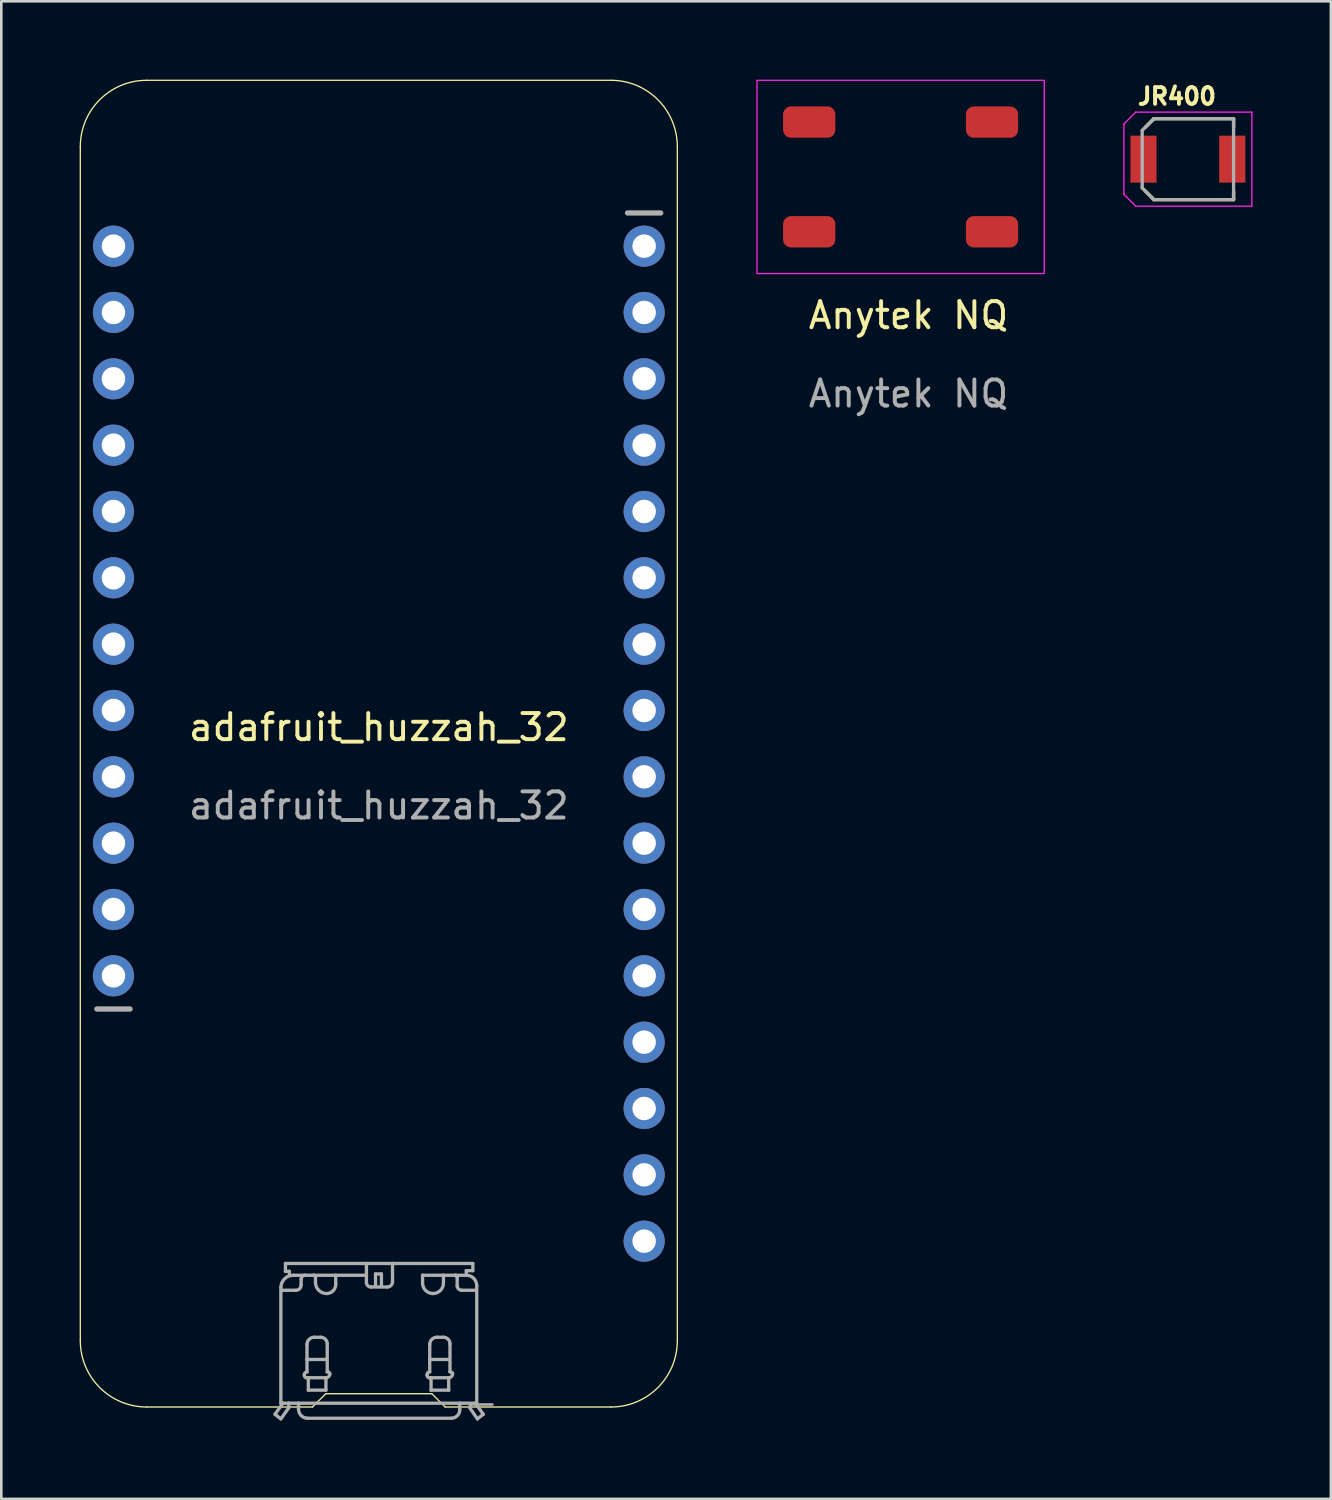
<source format=kicad_pcb>
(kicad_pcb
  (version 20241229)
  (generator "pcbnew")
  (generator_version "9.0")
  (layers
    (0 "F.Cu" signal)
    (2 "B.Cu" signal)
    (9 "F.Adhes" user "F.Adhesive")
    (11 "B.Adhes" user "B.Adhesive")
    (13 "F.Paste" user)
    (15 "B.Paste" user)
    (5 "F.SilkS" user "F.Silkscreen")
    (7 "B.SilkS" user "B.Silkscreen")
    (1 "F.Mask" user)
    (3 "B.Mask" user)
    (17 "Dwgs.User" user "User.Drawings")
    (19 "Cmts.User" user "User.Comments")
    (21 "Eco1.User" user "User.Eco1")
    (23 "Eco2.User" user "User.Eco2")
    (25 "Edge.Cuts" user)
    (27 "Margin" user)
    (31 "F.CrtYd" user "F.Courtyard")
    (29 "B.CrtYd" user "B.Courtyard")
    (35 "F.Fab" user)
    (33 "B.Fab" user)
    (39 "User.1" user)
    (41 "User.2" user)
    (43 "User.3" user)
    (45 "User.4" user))
  (footprint "Anytek NQ"
    (layer "F.Cu")
    (at 31.435 3.725)
    (property "Reference" "Anytek NQ" (at 0.3 5.3 0) (unlocked yes) (layer "F.SilkS") (effects (font (size 1 1) (thickness 0.15))))
    (attr smd)
    (fp_rect (start -5.5 -3.7) (end 5.5 3.7) (stroke (width 0.05) (type solid)) (fill no) (layer "F.CrtYd"))
    (fp_text user "${REFERENCE}" (at 0.3 8.3 0) (unlocked yes) (layer "F.Fab") (effects (font (size 1 1) (thickness 0.15))))
    (pad "1" smd roundrect (at -3.5 -2.1) (size 2 1.2) (layers "F.Cu" "F.Mask" "F.Paste") (roundrect_rratio 0.25))
    (pad "1" smd roundrect (at 3.5 -2.1) (size 2 1.2) (layers "F.Cu" "F.Mask" "F.Paste") (roundrect_rratio 0.25))
    (pad "2" smd roundrect (at -3.5 2.1) (size 2 1.2) (layers "F.Cu" "F.Mask" "F.Paste") (roundrect_rratio 0.25))
    (pad "2" smd roundrect (at 3.5 2.1) (size 2 1.2) (layers "F.Cu" "F.Mask" "F.Paste") (roundrect_rratio 0.25)))
  (footprint "adafruit_huzzah_32"
    (layer "F.Cu")
    (at 11.455 25.298)
    (property "Reference" "adafruit_huzzah_32" (at 0 -0.5 0) (unlocked yes) (layer "F.SilkS") (effects (font (size 1 1) (thickness 0.15))))
    (attr through_hole)
    (fp_line (start -11.43 -22.733) (end -11.43 22.987) (stroke (width 0.05) (type solid)) (layer "F.SilkS"))
    (fp_line (start -8.89 25.527) (end -2.54 25.527) (stroke (width 0.05) (type solid)) (layer "F.SilkS"))
    (fp_line (start -2.54 25.527) (end -2.032 25.019) (stroke (width 0.05) (type solid)) (layer "F.SilkS"))
    (fp_line (start -2.032 25.019) (end 2.032 25.019) (stroke (width 0.05) (type solid)) (layer "F.SilkS"))
    (fp_line (start 2.032 25.019) (end 2.54 25.527) (stroke (width 0.05) (type solid)) (layer "F.SilkS"))
    (fp_line (start 2.54 25.527) (end 8.89 25.527) (stroke (width 0.05) (type solid)) (layer "F.SilkS"))
    (fp_line (start 8.89 -25.273) (end -8.89 -25.273) (stroke (width 0.05) (type solid)) (layer "F.SilkS"))
    (fp_line (start 11.43 22.987) (end 11.43 -22.733) (stroke (width 0.05) (type solid)) (layer "F.SilkS"))
    (fp_arc (start -11.43 -22.733) (mid -10.686051 -24.529051) (end -8.89 -25.273) (stroke (width 0.05) (type solid)) (layer "F.SilkS"))
    (fp_arc (start -8.89 25.527) (mid -10.686051 24.783051) (end -11.43 22.987) (stroke (width 0.05) (type solid)) (layer "F.SilkS"))
    (fp_arc (start 8.89 -25.273) (mid 10.686051 -24.529051) (end 11.43 -22.733) (stroke (width 0.05) (type solid)) (layer "F.SilkS"))
    (fp_arc (start 11.43 22.987) (mid 10.686051 24.783051) (end 8.89 25.527) (stroke (width 0.05) (type solid)) (layer "F.SilkS"))
    (fp_line (start -10.795 10.287) (end -9.525 10.287) (stroke (width 0.203) (type solid)) (layer "F.Fab"))
    (fp_line (start -3.975 25.807) (end -3.75 25.982) (stroke (width 0.127) (type solid)) (layer "F.Fab"))
    (fp_line (start -3.975 25.807) (end -3.675 25.382) (stroke (width 0.127) (type solid)) (layer "F.Fab"))
    (fp_line (start -3.75 20.957) (end -3.75 25.382) (stroke (width 0.127) (type solid)) (layer "F.Fab"))
    (fp_line (start -3.75 25.382) (end -3.675 25.382) (stroke (width 0.127) (type solid)) (layer "F.Fab"))
    (fp_line (start -3.75 25.982) (end -3.45 25.557) (stroke (width 0.127) (type solid)) (layer "F.Fab"))
    (fp_line (start -3.725 21.057) (end -3.175 21.057) (stroke (width 0.127) (type solid)) (layer "F.Fab"))
    (fp_line (start -3.675 25.382) (end -3.45 25.382) (stroke (width 0.127) (type solid)) (layer "F.Fab"))
    (fp_line (start -3.575 20.032) (end -0.475 20.032) (stroke (width 0.127) (type solid)) (layer "F.Fab"))
    (fp_line (start -3.575 20.332) (end -3.575 20.032) (stroke (width 0.127) (type solid)) (layer "F.Fab"))
    (fp_line (start -3.45 25.382) (end -3.075 25.382) (stroke (width 0.127) (type solid)) (layer "F.Fab"))
    (fp_line (start -3.45 25.557) (end -3.45 25.382) (stroke (width 0.127) (type solid)) (layer "F.Fab"))
    (fp_line (start -3.425 20.332) (end -3.575 20.332) (stroke (width 0.127) (type solid)) (layer "F.Fab"))
    (fp_line (start -3.425 20.457) (end -3.425 20.332) (stroke (width 0.127) (type solid)) (layer "F.Fab"))
    (fp_line (start -3.075 25.382) (end -3.075 25.607) (stroke (width 0.127) (type solid)) (layer "F.Fab"))
    (fp_line (start -3.075 25.382) (end 3.1 25.382) (stroke (width 0.127) (type solid)) (layer "F.Fab"))
    (fp_line (start -2.975 20.857) (end -2.975 20.632) (stroke (width 0.127) (type solid)) (layer "F.Fab"))
    (fp_line (start -2.85 24.307) (end -2.85 24.282) (stroke (width 0.127) (type solid)) (layer "F.Fab"))
    (fp_line (start -2.825 20.482) (end -3.275 20.482) (stroke (width 0.127) (type solid)) (layer "F.Fab"))
    (fp_line (start -2.825 20.482) (end -2.5 20.482) (stroke (width 0.127) (type solid)) (layer "F.Fab"))
    (fp_line (start -2.75 23.707) (end -2.75 23.132) (stroke (width 0.127) (type solid)) (layer "F.Fab"))
    (fp_line (start -2.75 23.707) (end -2 23.707) (stroke (width 0.127) (type solid)) (layer "F.Fab"))
    (fp_line (start -2.75 24.182) (end -2.75 23.707) (stroke (width 0.127) (type solid)) (layer "F.Fab"))
    (fp_line (start -2.725 25.957) (end 2.775 25.957) (stroke (width 0.127) (type solid)) (layer "F.Fab"))
    (fp_line (start -2.7 24.407) (end -2.775 24.407) (stroke (width 0.127) (type solid)) (layer "F.Fab"))
    (fp_line (start -2.7 24.407) (end -2 24.407) (stroke (width 0.127) (type solid)) (layer "F.Fab"))
    (fp_line (start -2.7 24.882) (end -2.7 24.407) (stroke (width 0.127) (type solid)) (layer "F.Fab"))
    (fp_line (start -2.475 22.857) (end -2.225 22.857) (stroke (width 0.127) (type solid)) (layer "F.Fab"))
    (fp_line (start -2.425 20.557) (end -2.425 20.757) (stroke (width 0.127) (type solid)) (layer "F.Fab"))
    (fp_line (start -2.025 24.407) (end -2.025 24.882) (stroke (width 0.127) (type solid)) (layer "F.Fab"))
    (fp_line (start -2.025 24.882) (end -2.7 24.882) (stroke (width 0.127) (type solid)) (layer "F.Fab"))
    (fp_line (start -1.975 23.107) (end -1.975 24.182) (stroke (width 0.127) (type solid)) (layer "F.Fab"))
    (fp_line (start -1.975 24.182) (end -1.95 24.182) (stroke (width 0.127) (type solid)) (layer "F.Fab"))
    (fp_line (start -1.65 20.482) (end -2.5 20.482) (stroke (width 0.127) (type solid)) (layer "F.Fab"))
    (fp_line (start -1.65 20.832) (end -1.65 20.482) (stroke (width 0.127) (type solid)) (layer "F.Fab"))
    (fp_line (start -0.475 20.032) (end 0.525 20.032) (stroke (width 0.127) (type solid)) (layer "F.Fab"))
    (fp_line (start -0.475 20.482) (end -1.65 20.482) (stroke (width 0.127) (type solid)) (layer "F.Fab"))
    (fp_line (start -0.475 20.482) (end -0.475 20.032) (stroke (width 0.127) (type solid)) (layer "F.Fab"))
    (fp_line (start -0.475 20.757) (end -0.475 20.482) (stroke (width 0.127) (type solid)) (layer "F.Fab"))
    (fp_line (start -0.125 20.432) (end 0.1 20.432) (stroke (width 0.127) (type solid)) (layer "F.Fab"))
    (fp_line (start -0.125 20.907) (end -0.125 20.432) (stroke (width 0.127) (type solid)) (layer "F.Fab"))
    (fp_line (start 0.1 20.432) (end 0.1 20.907) (stroke (width 0.127) (type solid)) (layer "F.Fab"))
    (fp_line (start 0.325 20.932) (end -0.3 20.932) (stroke (width 0.127) (type solid)) (layer "F.Fab"))
    (fp_line (start 0.525 20.032) (end 0.525 20.482) (stroke (width 0.127) (type solid)) (layer "F.Fab"))
    (fp_line (start 0.525 20.032) (end 3.6 20.032) (stroke (width 0.127) (type solid)) (layer "F.Fab"))
    (fp_line (start 0.525 20.482) (end 0.525 20.732) (stroke (width 0.127) (type solid)) (layer "F.Fab"))
    (fp_line (start 1.675 20.482) (end 1.675 20.782) (stroke (width 0.127) (type solid)) (layer "F.Fab"))
    (fp_line (start 1.85 24.307) (end 1.85 24.282) (stroke (width 0.127) (type solid)) (layer "F.Fab"))
    (fp_line (start 1.95 23.707) (end 1.95 23.132) (stroke (width 0.127) (type solid)) (layer "F.Fab"))
    (fp_line (start 1.95 23.707) (end 2.7 23.707) (stroke (width 0.127) (type solid)) (layer "F.Fab"))
    (fp_line (start 1.95 24.182) (end 1.95 23.707) (stroke (width 0.127) (type solid)) (layer "F.Fab"))
    (fp_line (start 2 24.407) (end 1.925 24.407) (stroke (width 0.127) (type solid)) (layer "F.Fab"))
    (fp_line (start 2 24.407) (end 2.7 24.407) (stroke (width 0.127) (type solid)) (layer "F.Fab"))
    (fp_line (start 2 24.882) (end 2 24.407) (stroke (width 0.127) (type solid)) (layer "F.Fab"))
    (fp_line (start 2.225 22.857) (end 2.475 22.857) (stroke (width 0.127) (type solid)) (layer "F.Fab"))
    (fp_line (start 2.475 20.482) (end 1.675 20.482) (stroke (width 0.127) (type solid)) (layer "F.Fab"))
    (fp_line (start 2.475 20.482) (end 2.925 20.482) (stroke (width 0.127) (type solid)) (layer "F.Fab"))
    (fp_line (start 2.475 20.782) (end 2.475 20.482) (stroke (width 0.127) (type solid)) (layer "F.Fab"))
    (fp_line (start 2.675 24.407) (end 2.675 24.882) (stroke (width 0.127) (type solid)) (layer "F.Fab"))
    (fp_line (start 2.675 24.882) (end 2 24.882) (stroke (width 0.127) (type solid)) (layer "F.Fab"))
    (fp_line (start 2.725 23.107) (end 2.725 24.182) (stroke (width 0.127) (type solid)) (layer "F.Fab"))
    (fp_line (start 2.725 24.182) (end 2.75 24.182) (stroke (width 0.127) (type solid)) (layer "F.Fab"))
    (fp_line (start 3 20.557) (end 3 20.882) (stroke (width 0.127) (type solid)) (layer "F.Fab"))
    (fp_line (start 3.1 25.382) (end 3.7 25.382) (stroke (width 0.127) (type solid)) (layer "F.Fab"))
    (fp_line (start 3.1 25.632) (end 3.1 25.382) (stroke (width 0.127) (type solid)) (layer "F.Fab"))
    (fp_line (start 3.175 21.057) (end 3.725 21.057) (stroke (width 0.127) (type solid)) (layer "F.Fab"))
    (fp_line (start 3.35 20.307) (end 3.35 20.482) (stroke (width 0.127) (type solid)) (layer "F.Fab"))
    (fp_line (start 3.35 20.482) (end 2.925 20.482) (stroke (width 0.127) (type solid)) (layer "F.Fab"))
    (fp_line (start 3.5 25.432) (end 4.35 25.432) (stroke (width 0.1) (type solid)) (layer "F.Fab"))
    (fp_line (start 3.5 25.582) (end 3.5 25.432) (stroke (width 0.127) (type solid)) (layer "F.Fab"))
    (fp_line (start 3.6 20.032) (end 3.6 20.307) (stroke (width 0.127) (type solid)) (layer "F.Fab"))
    (fp_line (start 3.6 20.307) (end 3.35 20.307) (stroke (width 0.127) (type solid)) (layer "F.Fab"))
    (fp_line (start 3.7 25.382) (end 3.75 25.382) (stroke (width 0.127) (type solid)) (layer "F.Fab"))
    (fp_line (start 3.7 25.382) (end 4 25.807) (stroke (width 0.127) (type solid)) (layer "F.Fab"))
    (fp_line (start 3.75 25.382) (end 3.75 20.882) (stroke (width 0.127) (type solid)) (layer "F.Fab"))
    (fp_line (start 3.775 25.982) (end 3.5 25.582) (stroke (width 0.127) (type solid)) (layer "F.Fab"))
    (fp_line (start 4 25.807) (end 3.775 25.982) (stroke (width 0.127) (type solid)) (layer "F.Fab"))
    (fp_line (start 10.795 -20.193) (end 9.525 -20.193) (stroke (width 0.203) (type solid)) (layer "F.Fab"))
    (fp_arc (start -3.750001 20.957001) (mid -3.610876 20.621125) (end -3.275 20.482) (stroke (width 0.127) (type solid)) (layer "F.Fab"))
    (fp_arc (start -2.975 20.632) (mid -2.931066 20.525934) (end -2.825 20.482) (stroke (width 0.127) (type solid)) (layer "F.Fab"))
    (fp_arc (start -2.975 20.857) (mid -3.033579 20.998421) (end -3.175 21.057) (stroke (width 0.127) (type solid)) (layer "F.Fab"))
    (fp_arc (start -2.85 24.282) (mid -2.820711 24.211289) (end -2.75 24.182) (stroke (width 0.127) (type solid)) (layer "F.Fab"))
    (fp_arc (start -2.775 24.407) (mid -2.833211 24.372533) (end -2.85 24.307) (stroke (width 0.127) (type solid)) (layer "F.Fab"))
    (fp_arc (start -2.75 23.132) (mid -2.669454 22.937546) (end -2.475 22.857) (stroke (width 0.127) (type solid)) (layer "F.Fab"))
    (fp_arc (start -2.725 25.957) (mid -2.972487 25.854487) (end -3.075 25.607) (stroke (width 0.127) (type solid)) (layer "F.Fab"))
    (fp_arc (start -2.5 20.482) (mid -2.446967 20.503967) (end -2.425 20.557) (stroke (width 0.127) (type solid)) (layer "F.Fab"))
    (fp_arc (start -2.225 22.857) (mid -2.048223 22.930223) (end -1.975 23.107) (stroke (width 0.127) (type solid)) (layer "F.Fab"))
    (fp_arc (start -2 21.182) (mid -2.30052 21.05752) (end -2.425 20.757) (stroke (width 0.127) (type solid)) (layer "F.Fab"))
    (fp_arc (start -1.95 24.182) (mid -1.896967 24.203967) (end -1.875 24.257) (stroke (width 0.127) (type solid)) (layer "F.Fab"))
    (fp_arc (start -1.875 24.257) (mid -1.918934 24.363066) (end -2.025 24.407) (stroke (width 0.127) (type solid)) (layer "F.Fab"))
    (fp_arc (start -1.65 20.832) (mid -1.752513 21.079487) (end -2 21.182) (stroke (width 0.127) (type solid)) (layer "F.Fab"))
    (fp_arc (start -0.3 20.932) (mid -0.423744 20.880744) (end -0.475 20.757) (stroke (width 0.127) (type solid)) (layer "F.Fab"))
    (fp_arc (start 0.525 20.732) (mid 0.466421 20.873421) (end 0.325 20.932) (stroke (width 0.127) (type solid)) (layer "F.Fab"))
    (fp_arc (start 1.85 24.282) (mid 1.879289 24.211289) (end 1.95 24.182) (stroke (width 0.127) (type solid)) (layer "F.Fab"))
    (fp_arc (start 1.925 24.407) (mid 1.866789 24.372533) (end 1.85 24.307) (stroke (width 0.127) (type solid)) (layer "F.Fab"))
    (fp_arc (start 1.95 23.132) (mid 2.030546 22.937546) (end 2.225 22.857) (stroke (width 0.127) (type solid)) (layer "F.Fab"))
    (fp_arc (start 2.075 21.182) (mid 1.792157 21.064843) (end 1.675 20.782) (stroke (width 0.127) (type solid)) (layer "F.Fab"))
    (fp_arc (start 2.475 20.782) (mid 2.357843 21.064843) (end 2.075 21.182) (stroke (width 0.127) (type solid)) (layer "F.Fab"))
    (fp_arc (start 2.475 22.857) (mid 2.651777 22.930223) (end 2.725 23.107) (stroke (width 0.127) (type solid)) (layer "F.Fab"))
    (fp_arc (start 2.75 24.182) (mid 2.803033 24.203967) (end 2.825 24.257) (stroke (width 0.127) (type solid)) (layer "F.Fab"))
    (fp_arc (start 2.825 24.257) (mid 2.781066 24.363066) (end 2.675 24.407) (stroke (width 0.127) (type solid)) (layer "F.Fab"))
    (fp_arc (start 2.925 20.482) (mid 2.978033 20.503967) (end 3 20.557) (stroke (width 0.127) (type solid)) (layer "F.Fab"))
    (fp_arc (start 3.1 25.632) (mid 3.00481 25.86181) (end 2.775 25.957) (stroke (width 0.127) (type solid)) (layer "F.Fab"))
    (fp_arc (start 3.175 21.057) (mid 3.051256 21.005744) (end 3 20.882) (stroke (width 0.127) (type solid)) (layer "F.Fab"))
    (fp_arc (start 3.349999 20.482001) (mid 3.632842 20.599158) (end 3.75 20.882) (stroke (width 0.127) (type solid)) (layer "F.Fab"))
    (fp_text user "${REFERENCE}" (at 0 2.5 0) (unlocked yes) (layer "F.Fab") (effects (font (size 1 1) (thickness 0.15))))
    (pad "3.3V" thru_hole circle (at 10.16 16.637) (size 1.575 1.575) (drill 0.9) (layers "*.Cu" "*.Mask"))
    (pad "4" thru_hole circle (at 10.16 -3.683) (size 1.575 1.575) (drill 0.9) (layers "*.Cu" "*.Mask"))
    (pad "5" thru_hole circle (at 10.16 -6.223) (size 1.575 1.575) (drill 0.9) (layers "*.Cu" "*.Mask"))
    (pad "12" thru_hole circle (at -10.16 -1.143 180) (size 1.575 1.575) (drill 0.9) (layers "*.Cu" "*.Mask"))
    (pad "13" thru_hole circle (at -10.16 1.397 180) (size 1.575 1.575) (drill 0.9) (layers "*.Cu" "*.Mask"))
    (pad "14" thru_hole circle (at -10.16 -13.843 180) (size 1.575 1.575) (drill 0.9) (layers "*.Cu" "*.Mask"))
    (pad "15" thru_hole circle (at -10.16 -8.763 180) (size 1.575 1.575) (drill 0.9) (layers "*.Cu" "*.Mask"))
    (pad "16" thru_hole circle (at 10.16 -13.843) (size 1.575 1.575) (drill 0.9) (layers "*.Cu" "*.Mask"))
    (pad "17" thru_hole circle (at 10.16 -16.383) (size 1.575 1.575) (drill 0.9) (layers "*.Cu" "*.Mask"))
    (pad "18" thru_hole circle (at 10.16 -8.763) (size 1.575 1.575) (drill 0.9) (layers "*.Cu" "*.Mask"))
    (pad "19" thru_hole circle (at 10.16 -11.303) (size 1.575 1.575) (drill 0.9) (layers "*.Cu" "*.Mask"))
    (pad "21" thru_hole circle (at 10.16 -18.923 180) (size 1.575 1.575) (drill 0.9) (layers "*.Cu" "*.Mask"))
    (pad "22" thru_hole circle (at -10.16 -16.383 180) (size 1.575 1.575) (drill 0.9) (layers "*.Cu" "*.Mask"))
    (pad "23" thru_hole circle (at -10.16 -18.923 180) (size 1.575 1.575) (drill 0.9) (layers "*.Cu" "*.Mask"))
    (pad "25" thru_hole circle (at 10.16 6.477) (size 1.575 1.575) (drill 0.9) (layers "*.Cu" "*.Mask"))
    (pad "26" thru_hole circle (at 10.16 9.017) (size 1.575 1.575) (drill 0.9) (layers "*.Cu" "*.Mask"))
    (pad "27" thru_hole circle (at -10.16 -3.683 180) (size 1.575 1.575) (drill 0.9) (layers "*.Cu" "*.Mask"))
    (pad "32" thru_hole circle (at -10.16 -11.303 180) (size 1.575 1.575) (drill 0.9) (layers "*.Cu" "*.Mask"))
    (pad "33" thru_hole circle (at -10.16 -6.223 180) (size 1.575 1.575) (drill 0.9) (layers "*.Cu" "*.Mask"))
    (pad "34" thru_hole circle (at 10.16 3.937) (size 1.575 1.575) (drill 0.9) (layers "*.Cu" "*.Mask"))
    (pad "36" thru_hole circle (at 10.16 -1.143) (size 1.575 1.575) (drill 0.9) (layers "*.Cu" "*.Mask"))
    (pad "39" thru_hole circle (at 10.16 1.397) (size 1.575 1.575) (drill 0.9) (layers "*.Cu" "*.Mask"))
    (pad "BAT" thru_hole circle (at -10.16 9.017 180) (size 1.575 1.575) (drill 0.9) (layers "*.Cu" "*.Mask"))
    (pad "EN" thru_hole circle (at -10.16 6.477 180) (size 1.575 1.575) (drill 0.9) (layers "*.Cu" "*.Mask"))
    (pad "GND" thru_hole circle (at 10.16 11.557) (size 1.575 1.575) (drill 0.9) (layers "*.Cu" "*.Mask"))
    (pad "NC" thru_hole circle (at 10.16 14.097) (size 1.575 1.575) (drill 0.9) (layers "*.Cu" "*.Mask"))
    (pad "RST" thru_hole circle (at 10.16 19.177) (size 1.575 1.575) (drill 0.9) (layers "*.Cu" "*.Mask"))
    (pad "USB" thru_hole circle (at -10.16 3.937 180) (size 1.575 1.575) (drill 0.9) (layers "*.Cu" "*.Mask")))
  (footprint "JR400"
    (layer "F.Cu")
    (at 42.435 3.044)
    (property "Reference" "JR400" (at -0.418 -2.406 0) (layer "F.SilkS") (effects (font (size 0.64 0.64) (thickness 0.15))))
    (attr through_hole)
    (fp_line (start -1.632 -1.219) (end -1.3 -1.55) (stroke (width 0.127) (type solid)) (layer "F.SilkS"))
    (fp_line (start -1.3 -1.55) (end 1.75 -1.55) (stroke (width 0.127) (type solid)) (layer "F.SilkS"))
    (fp_line (start -1.3 1.55) (end -1.632 1.219) (stroke (width 0.127) (type solid)) (layer "F.SilkS"))
    (fp_line (start 1.75 -1.22) (end 1.75 -1.55) (stroke (width 0.127) (type solid)) (layer "F.SilkS"))
    (fp_line (start 1.75 1.55) (end -1.3 1.55) (stroke (width 0.127) (type solid)) (layer "F.SilkS"))
    (fp_line (start 1.75 1.55) (end 1.75 1.22) (stroke (width 0.127) (type solid)) (layer "F.SilkS"))
    (fp_line (start -2.45 -1.35) (end -2.45 1.35) (stroke (width 0.05) (type solid)) (layer "F.CrtYd"))
    (fp_line (start -2.45 1.35) (end -2 1.8) (stroke (width 0.05) (type solid)) (layer "F.CrtYd"))
    (fp_line (start -2 -1.8) (end -2.45 -1.35) (stroke (width 0.05) (type solid)) (layer "F.CrtYd"))
    (fp_line (start -2 1.8) (end 2.45 1.8) (stroke (width 0.05) (type solid)) (layer "F.CrtYd"))
    (fp_line (start 2.45 -1.8) (end -2 -1.8) (stroke (width 0.05) (type solid)) (layer "F.CrtYd"))
    (fp_line (start 2.45 1.8) (end 2.45 -1.8) (stroke (width 0.05) (type solid)) (layer "F.CrtYd"))
    (fp_line (start -1.75 -1.1) (end -1.3 -1.55) (stroke (width 0.127) (type solid)) (layer "F.Fab"))
    (fp_line (start -1.75 1.1) (end -1.75 -1.1) (stroke (width 0.127) (type solid)) (layer "F.Fab"))
    (fp_line (start -1.3 -1.55) (end 1.75 -1.55) (stroke (width 0.127) (type solid)) (layer "F.Fab"))
    (fp_line (start -1.3 1.55) (end -1.75 1.1) (stroke (width 0.127) (type solid)) (layer "F.Fab"))
    (fp_line (start 1.75 -1.55) (end 1.75 1.55) (stroke (width 0.127) (type solid)) (layer "F.Fab"))
    (fp_line (start 1.75 1.55) (end -1.3 1.55) (stroke (width 0.127) (type solid)) (layer "F.Fab"))
    (pad "1" smd rect (at -1.7 0) (size 1 1.8) (layers "F.Cu" "F.Mask" "F.Paste"))
    (pad "2" smd rect (at 1.7 0) (size 1 1.8) (layers "F.Cu" "F.Mask" "F.Paste")))
  (gr_rect
    (start -3 -3)
    (end 47.91 54.343)
    (stroke (width 0.1) (type default))
    (fill no)
    (layer "Edge.Cuts")))
</source>
